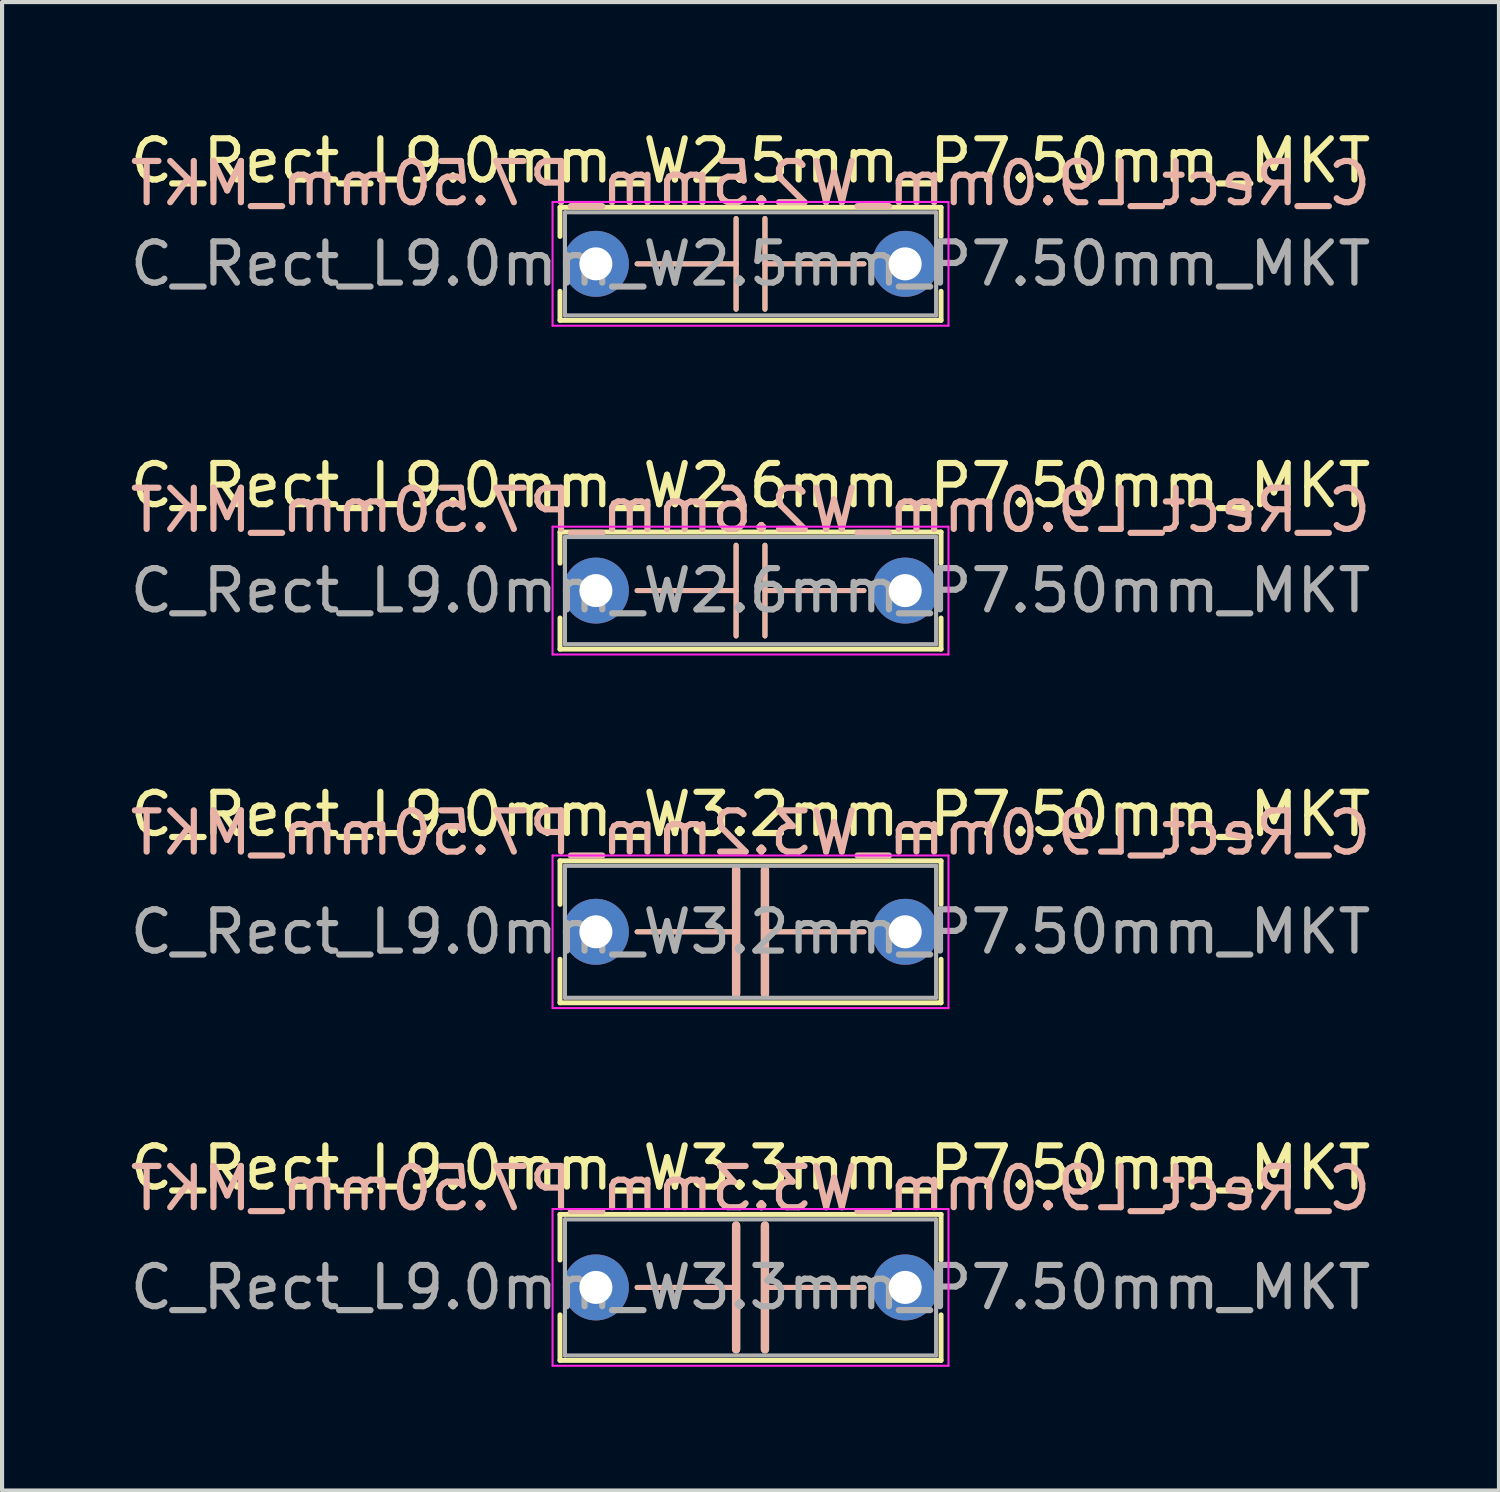
<source format=kicad_pcb>
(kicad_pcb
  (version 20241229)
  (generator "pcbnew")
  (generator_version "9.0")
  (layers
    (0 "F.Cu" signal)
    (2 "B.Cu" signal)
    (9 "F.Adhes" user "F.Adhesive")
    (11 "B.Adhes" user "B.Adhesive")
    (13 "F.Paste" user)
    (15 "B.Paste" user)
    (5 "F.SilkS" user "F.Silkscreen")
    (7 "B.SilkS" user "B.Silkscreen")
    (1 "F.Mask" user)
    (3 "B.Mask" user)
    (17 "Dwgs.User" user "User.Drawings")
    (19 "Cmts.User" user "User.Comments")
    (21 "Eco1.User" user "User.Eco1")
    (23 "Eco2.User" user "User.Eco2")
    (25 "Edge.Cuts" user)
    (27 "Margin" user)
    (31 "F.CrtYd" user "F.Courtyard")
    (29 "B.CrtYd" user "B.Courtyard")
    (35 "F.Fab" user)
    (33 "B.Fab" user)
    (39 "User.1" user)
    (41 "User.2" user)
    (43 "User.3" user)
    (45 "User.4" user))
  (footprint "C_Rect_L9.0mm_W2.6mm_P7.50mm_MKT"
    (layer "F.Cu")
    (at 11.399 11.271)
    (property "Reference" "C_Rect_L9.0mm_W2.6mm_P7.50mm_MKT" (at 3.75 -2.55 0) (layer "F.SilkS") (effects (font (size 1 1) (thickness 0.15))))
    (fp_line (start -0.87 -1.42) (end -0.87 -0.665) (stroke (width 0.12) (type solid)) (layer "F.SilkS"))
    (fp_line (start -0.87 -1.42) (end 8.37 -1.42) (stroke (width 0.12) (type solid)) (layer "F.SilkS"))
    (fp_line (start -0.87 0.665) (end -0.87 1.42) (stroke (width 0.12) (type solid)) (layer "F.SilkS"))
    (fp_line (start -0.87 1.42) (end 8.37 1.42) (stroke (width 0.12) (type solid)) (layer "F.SilkS"))
    (fp_line (start 1 0) (end 3.4 0) (stroke (width 0.12) (type solid)) (layer "F.SilkS"))
    (fp_line (start 3.4 -1.1) (end 3.4 1.1) (stroke (width 0.12) (type solid)) (layer "F.SilkS"))
    (fp_line (start 4.1 -1.1) (end 4.1 1.1) (stroke (width 0.12) (type solid)) (layer "F.SilkS"))
    (fp_line (start 4.1 0) (end 6.5 0) (stroke (width 0.12) (type solid)) (layer "F.SilkS"))
    (fp_line (start 8.37 -1.42) (end 8.37 -0.665) (stroke (width 0.12) (type solid)) (layer "F.SilkS"))
    (fp_line (start 8.37 0.665) (end 8.37 1.42) (stroke (width 0.12) (type solid)) (layer "F.SilkS"))
    (fp_line (start 1 0) (end 3.4 0) (stroke (width 0.12) (type solid)) (layer "B.SilkS"))
    (fp_line (start 3.4 1.1) (end 3.4 -1.1) (stroke (width 0.12) (type solid)) (layer "B.SilkS"))
    (fp_line (start 4.1 0) (end 6.5 0) (stroke (width 0.12) (type solid)) (layer "B.SilkS"))
    (fp_line (start 4.1 1.1) (end 4.1 -1.1) (stroke (width 0.12) (type solid)) (layer "B.SilkS"))
    (fp_line (start -1.05 -1.55) (end -1.05 1.55) (stroke (width 0.05) (type solid)) (layer "F.CrtYd"))
    (fp_line (start -1.05 1.55) (end 8.55 1.55) (stroke (width 0.05) (type solid)) (layer "F.CrtYd"))
    (fp_line (start 8.55 -1.55) (end -1.05 -1.55) (stroke (width 0.05) (type solid)) (layer "F.CrtYd"))
    (fp_line (start 8.55 1.55) (end 8.55 -1.55) (stroke (width 0.05) (type solid)) (layer "F.CrtYd"))
    (fp_line (start -0.75 -1.3) (end -0.75 1.3) (stroke (width 0.1) (type solid)) (layer "F.Fab"))
    (fp_line (start -0.75 1.3) (end 8.25 1.3) (stroke (width 0.1) (type solid)) (layer "F.Fab"))
    (fp_line (start 8.25 -1.3) (end -0.75 -1.3) (stroke (width 0.1) (type solid)) (layer "F.Fab"))
    (fp_line (start 8.25 1.3) (end 8.25 -1.3) (stroke (width 0.1) (type solid)) (layer "F.Fab"))
    (fp_text user "${REFERENCE}" (at 3.75 -1.95 0) (layer "B.SilkS") (effects (font (size 1 1) (thickness 0.15)) (justify mirror)))
    (fp_text user "${REFERENCE}" (at 3.75 0 0) (layer "F.Fab") (effects (font (size 1 1) (thickness 0.15))))
    (pad "1" thru_hole circle (at 0 0) (size 1.6 1.6) (drill 0.8) (layers "*.Cu" "*.Mask"))
    (pad "2" thru_hole circle (at 7.5 0) (size 1.6 1.6) (drill 0.8) (layers "*.Cu" "*.Mask")))
  (footprint "C_Rect_L9.0mm_W2.5mm_P7.50mm_MKT"
    (layer "F.Cu")
    (at 11.399 3.348)
    (property "Reference" "C_Rect_L9.0mm_W2.5mm_P7.50mm_MKT" (at 3.75 -2.5 0) (layer "F.SilkS") (effects (font (size 1 1) (thickness 0.15))))
    (fp_line (start -0.87 -1.37) (end -0.87 -0.665) (stroke (width 0.12) (type solid)) (layer "F.SilkS"))
    (fp_line (start -0.87 -1.37) (end 8.37 -1.37) (stroke (width 0.12) (type solid)) (layer "F.SilkS"))
    (fp_line (start -0.87 0.665) (end -0.87 1.37) (stroke (width 0.12) (type solid)) (layer "F.SilkS"))
    (fp_line (start -0.87 1.37) (end 8.37 1.37) (stroke (width 0.12) (type solid)) (layer "F.SilkS"))
    (fp_line (start 1 0) (end 3.4 0) (stroke (width 0.12) (type solid)) (layer "F.SilkS"))
    (fp_line (start 3.4 -1.1) (end 3.4 1.1) (stroke (width 0.12) (type solid)) (layer "F.SilkS"))
    (fp_line (start 4.1 -1.1) (end 4.1 1.1) (stroke (width 0.12) (type solid)) (layer "F.SilkS"))
    (fp_line (start 4.1 0) (end 6.5 0) (stroke (width 0.12) (type solid)) (layer "F.SilkS"))
    (fp_line (start 8.37 -1.37) (end 8.37 -0.665) (stroke (width 0.12) (type solid)) (layer "F.SilkS"))
    (fp_line (start 8.37 0.665) (end 8.37 1.37) (stroke (width 0.12) (type solid)) (layer "F.SilkS"))
    (fp_line (start 1 0) (end 3.4 0) (stroke (width 0.12) (type solid)) (layer "B.SilkS"))
    (fp_line (start 3.4 1.1) (end 3.4 -1.1) (stroke (width 0.12) (type solid)) (layer "B.SilkS"))
    (fp_line (start 4.1 0) (end 6.5 0) (stroke (width 0.12) (type solid)) (layer "B.SilkS"))
    (fp_line (start 4.1 1.1) (end 4.1 -1.1) (stroke (width 0.12) (type solid)) (layer "B.SilkS"))
    (fp_line (start -1.05 -1.5) (end -1.05 1.5) (stroke (width 0.05) (type solid)) (layer "F.CrtYd"))
    (fp_line (start -1.05 1.5) (end 8.55 1.5) (stroke (width 0.05) (type solid)) (layer "F.CrtYd"))
    (fp_line (start 8.55 -1.5) (end -1.05 -1.5) (stroke (width 0.05) (type solid)) (layer "F.CrtYd"))
    (fp_line (start 8.55 1.5) (end 8.55 -1.5) (stroke (width 0.05) (type solid)) (layer "F.CrtYd"))
    (fp_line (start -0.75 -1.25) (end -0.75 1.25) (stroke (width 0.1) (type solid)) (layer "F.Fab"))
    (fp_line (start -0.75 1.25) (end 8.25 1.25) (stroke (width 0.1) (type solid)) (layer "F.Fab"))
    (fp_line (start 8.25 -1.25) (end -0.75 -1.25) (stroke (width 0.1) (type solid)) (layer "F.Fab"))
    (fp_line (start 8.25 1.25) (end 8.25 -1.25) (stroke (width 0.1) (type solid)) (layer "F.Fab"))
    (fp_text user "${REFERENCE}" (at 3.75 -1.95 0) (layer "B.SilkS") (effects (font (size 1 1) (thickness 0.15)) (justify mirror)))
    (fp_text user "${REFERENCE}" (at 3.75 0 0) (layer "F.Fab") (effects (font (size 1 1) (thickness 0.15))))
    (pad "1" thru_hole circle (at 0 0) (size 1.6 1.6) (drill 0.8) (layers "*.Cu" "*.Mask"))
    (pad "2" thru_hole circle (at 7.5 0) (size 1.6 1.6) (drill 0.8) (layers "*.Cu" "*.Mask")))
  (footprint "C_Rect_L9.0mm_W3.3mm_P7.50mm_MKT"
    (layer "F.Cu")
    (at 11.399 28.168)
    (property "Reference" "C_Rect_L9.0mm_W3.3mm_P7.50mm_MKT" (at 3.75 -2.9 0) (layer "F.SilkS") (effects (font (size 1 1) (thickness 0.15))))
    (fp_line (start -0.87 -1.77) (end -0.87 -0.665) (stroke (width 0.12) (type solid)) (layer "F.SilkS"))
    (fp_line (start -0.87 -1.77) (end 8.37 -1.77) (stroke (width 0.12) (type solid)) (layer "F.SilkS"))
    (fp_line (start -0.87 0.665) (end -0.87 1.77) (stroke (width 0.12) (type solid)) (layer "F.SilkS"))
    (fp_line (start -0.87 1.77) (end 8.37 1.77) (stroke (width 0.12) (type solid)) (layer "F.SilkS"))
    (fp_line (start 1 0) (end 3.4 0) (stroke (width 0.12) (type solid)) (layer "F.SilkS"))
    (fp_line (start 3.4 -1.5) (end 3.4 1.5) (stroke (width 0.2) (type solid)) (layer "F.SilkS"))
    (fp_line (start 4.1 -1.5) (end 4.1 1.5) (stroke (width 0.2) (type solid)) (layer "F.SilkS"))
    (fp_line (start 4.1 0) (end 6.5 0) (stroke (width 0.12) (type solid)) (layer "F.SilkS"))
    (fp_line (start 8.37 -1.77) (end 8.37 -0.665) (stroke (width 0.12) (type solid)) (layer "F.SilkS"))
    (fp_line (start 8.37 0.665) (end 8.37 1.77) (stroke (width 0.12) (type solid)) (layer "F.SilkS"))
    (fp_line (start 1 0) (end 3.4 0) (stroke (width 0.12) (type solid)) (layer "B.SilkS"))
    (fp_line (start 3.4 1.5) (end 3.4 -1.5) (stroke (width 0.2) (type solid)) (layer "B.SilkS"))
    (fp_line (start 4.1 0) (end 6.5 0) (stroke (width 0.12) (type solid)) (layer "B.SilkS"))
    (fp_line (start 4.1 1.5) (end 4.1 -1.5) (stroke (width 0.2) (type solid)) (layer "B.SilkS"))
    (fp_line (start -1.05 -1.9) (end -1.05 1.9) (stroke (width 0.05) (type solid)) (layer "F.CrtYd"))
    (fp_line (start -1.05 1.9) (end 8.55 1.9) (stroke (width 0.05) (type solid)) (layer "F.CrtYd"))
    (fp_line (start 8.55 -1.9) (end -1.05 -1.9) (stroke (width 0.05) (type solid)) (layer "F.CrtYd"))
    (fp_line (start 8.55 1.9) (end 8.55 -1.9) (stroke (width 0.05) (type solid)) (layer "F.CrtYd"))
    (fp_line (start -0.75 -1.65) (end -0.75 1.65) (stroke (width 0.1) (type solid)) (layer "F.Fab"))
    (fp_line (start -0.75 1.65) (end 8.25 1.65) (stroke (width 0.1) (type solid)) (layer "F.Fab"))
    (fp_line (start 8.25 -1.65) (end -0.75 -1.65) (stroke (width 0.1) (type solid)) (layer "F.Fab"))
    (fp_line (start 8.25 1.65) (end 8.25 -1.65) (stroke (width 0.1) (type solid)) (layer "F.Fab"))
    (fp_text user "${REFERENCE}" (at 3.75 -2.4 0) (layer "B.SilkS") (effects (font (size 1 1) (thickness 0.15)) (justify mirror)))
    (fp_text user "${REFERENCE}" (at 3.75 0 0) (layer "F.Fab") (effects (font (size 1 1) (thickness 0.15))))
    (pad "1" thru_hole circle (at 0 0) (size 1.6 1.6) (drill 0.8) (layers "*.Cu" "*.Mask"))
    (pad "2" thru_hole circle (at 7.5 0) (size 1.6 1.6) (drill 0.8) (layers "*.Cu" "*.Mask")))
  (footprint "C_Rect_L9.0mm_W3.2mm_P7.50mm_MKT"
    (layer "F.Cu")
    (at 11.399 19.545)
    (property "Reference" "C_Rect_L9.0mm_W3.2mm_P7.50mm_MKT" (at 3.75 -2.85 0) (layer "F.SilkS") (effects (font (size 1 1) (thickness 0.15))))
    (fp_line (start -0.87 -1.721) (end -0.87 -0.665) (stroke (width 0.12) (type solid)) (layer "F.SilkS"))
    (fp_line (start -0.87 -1.721) (end 8.37 -1.721) (stroke (width 0.12) (type solid)) (layer "F.SilkS"))
    (fp_line (start -0.87 0.665) (end -0.87 1.721) (stroke (width 0.12) (type solid)) (layer "F.SilkS"))
    (fp_line (start -0.87 1.721) (end 8.37 1.721) (stroke (width 0.12) (type solid)) (layer "F.SilkS"))
    (fp_line (start 1 0) (end 3.4 0) (stroke (width 0.12) (type solid)) (layer "F.SilkS"))
    (fp_line (start 3.4 -1.5) (end 3.4 1.5) (stroke (width 0.2) (type solid)) (layer "F.SilkS"))
    (fp_line (start 4.1 -1.5) (end 4.1 1.5) (stroke (width 0.2) (type solid)) (layer "F.SilkS"))
    (fp_line (start 4.1 0) (end 6.5 0) (stroke (width 0.12) (type solid)) (layer "F.SilkS"))
    (fp_line (start 8.37 -1.721) (end 8.37 -0.665) (stroke (width 0.12) (type solid)) (layer "F.SilkS"))
    (fp_line (start 8.37 0.665) (end 8.37 1.721) (stroke (width 0.12) (type solid)) (layer "F.SilkS"))
    (fp_line (start 1 0) (end 3.4 0) (stroke (width 0.12) (type solid)) (layer "B.SilkS"))
    (fp_line (start 3.4 1.5) (end 3.4 -1.5) (stroke (width 0.2) (type solid)) (layer "B.SilkS"))
    (fp_line (start 4.1 0) (end 6.5 0) (stroke (width 0.12) (type solid)) (layer "B.SilkS"))
    (fp_line (start 4.1 1.5) (end 4.1 -1.5) (stroke (width 0.2) (type solid)) (layer "B.SilkS"))
    (fp_line (start -1.05 -1.85) (end -1.05 1.85) (stroke (width 0.05) (type solid)) (layer "F.CrtYd"))
    (fp_line (start -1.05 1.85) (end 8.55 1.85) (stroke (width 0.05) (type solid)) (layer "F.CrtYd"))
    (fp_line (start 8.55 -1.85) (end -1.05 -1.85) (stroke (width 0.05) (type solid)) (layer "F.CrtYd"))
    (fp_line (start 8.55 1.85) (end 8.55 -1.85) (stroke (width 0.05) (type solid)) (layer "F.CrtYd"))
    (fp_line (start -0.75 -1.6) (end -0.75 1.6) (stroke (width 0.1) (type solid)) (layer "F.Fab"))
    (fp_line (start -0.75 1.6) (end 8.25 1.6) (stroke (width 0.1) (type solid)) (layer "F.Fab"))
    (fp_line (start 8.25 -1.6) (end -0.75 -1.6) (stroke (width 0.1) (type solid)) (layer "F.Fab"))
    (fp_line (start 8.25 1.6) (end 8.25 -1.6) (stroke (width 0.1) (type solid)) (layer "F.Fab"))
    (fp_text user "${REFERENCE}" (at 3.75 -2.4 0) (layer "B.SilkS") (effects (font (size 1 1) (thickness 0.15)) (justify mirror)))
    (fp_text user "${REFERENCE}" (at 3.75 0 0) (layer "F.Fab") (effects (font (size 1 1) (thickness 0.15))))
    (pad "1" thru_hole circle (at 0 0) (size 1.6 1.6) (drill 0.8) (layers "*.Cu" "*.Mask"))
    (pad "2" thru_hole circle (at 7.5 0) (size 1.6 1.6) (drill 0.8) (layers "*.Cu" "*.Mask")))
  (gr_rect
    (start -3 -3)
    (end 33.298 33.093)
    (stroke (width 0.1) (type default))
    (fill no)
    (layer "Edge.Cuts")))
</source>
